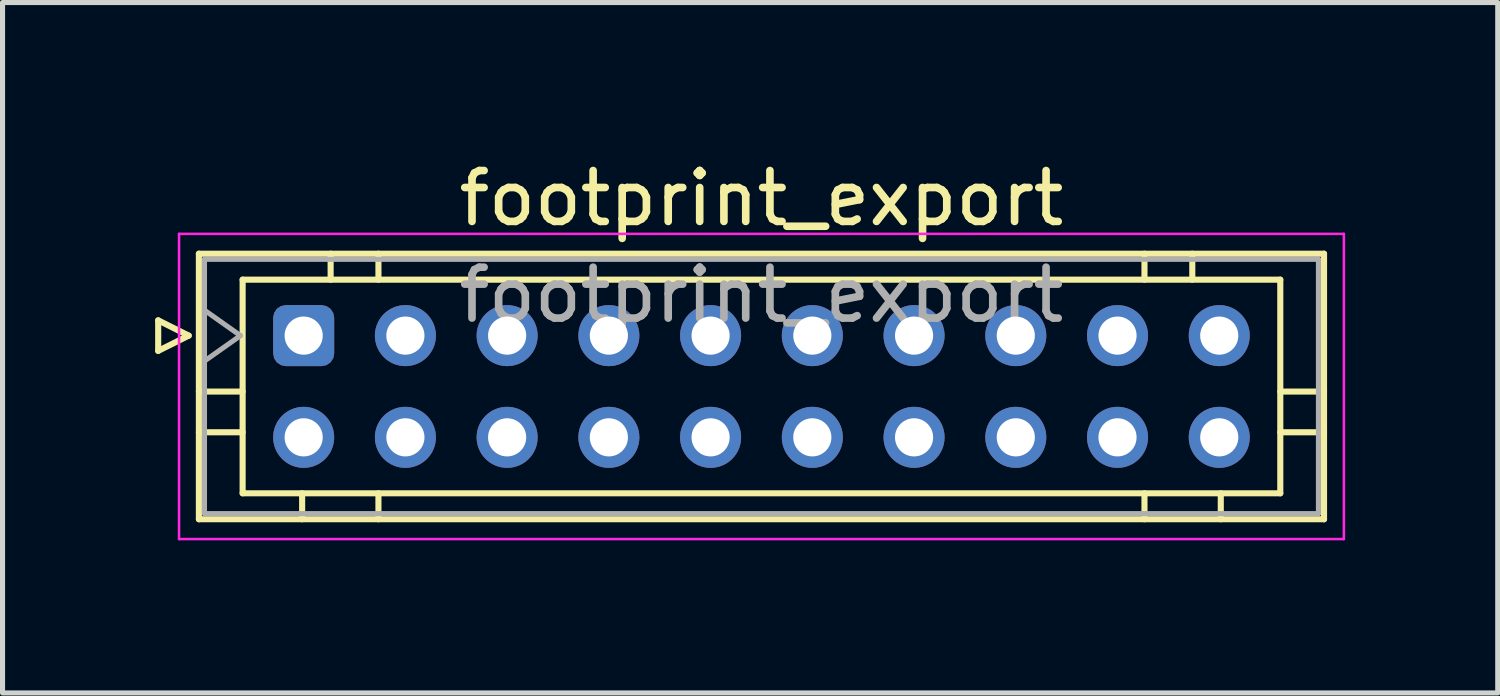
<source format=kicad_pcb>
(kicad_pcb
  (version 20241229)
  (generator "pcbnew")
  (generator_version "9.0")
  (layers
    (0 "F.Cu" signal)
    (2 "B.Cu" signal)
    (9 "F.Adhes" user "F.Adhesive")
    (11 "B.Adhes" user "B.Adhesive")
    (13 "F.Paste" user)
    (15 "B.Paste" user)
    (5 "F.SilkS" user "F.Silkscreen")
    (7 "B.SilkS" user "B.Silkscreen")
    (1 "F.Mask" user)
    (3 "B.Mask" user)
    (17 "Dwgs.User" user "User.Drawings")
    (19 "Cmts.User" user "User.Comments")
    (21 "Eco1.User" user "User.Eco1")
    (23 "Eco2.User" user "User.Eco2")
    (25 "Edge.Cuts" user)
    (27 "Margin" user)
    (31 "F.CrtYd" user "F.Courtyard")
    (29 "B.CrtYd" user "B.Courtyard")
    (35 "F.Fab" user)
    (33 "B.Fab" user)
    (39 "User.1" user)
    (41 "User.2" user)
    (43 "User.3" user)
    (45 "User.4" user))
  (footprint "footprint_export"
    (layer "F.Cu")
    (at 2.92 3.548)
    (property "Reference" "footprint_export" (at 9 -2.7 0) (layer "F.SilkS") (effects (font (size 1 1) (thickness 0.15))))
    (attr through_hole)
    (fp_line (start -2.86 -0.3) (end -2.26 0) (stroke (width 0.12) (type solid)) (layer "F.SilkS"))
    (fp_line (start -2.86 0.3) (end -2.86 -0.3) (stroke (width 0.12) (type solid)) (layer "F.SilkS"))
    (fp_line (start -2.26 0) (end -2.86 0.3) (stroke (width 0.12) (type solid)) (layer "F.SilkS"))
    (fp_line (start -2.06 -1.61) (end -2.06 3.61) (stroke (width 0.12) (type solid)) (layer "F.SilkS"))
    (fp_line (start -2.06 1.1) (end -1.2 1.1) (stroke (width 0.12) (type solid)) (layer "F.SilkS"))
    (fp_line (start -2.06 1.9) (end -1.2 1.9) (stroke (width 0.12) (type solid)) (layer "F.SilkS"))
    (fp_line (start -2.06 3.61) (end 20.06 3.61) (stroke (width 0.12) (type solid)) (layer "F.SilkS"))
    (fp_line (start -1.2 -1.1) (end -1.2 3.1) (stroke (width 0.12) (type solid)) (layer "F.SilkS"))
    (fp_line (start -1.2 3.1) (end 19.2 3.1) (stroke (width 0.12) (type solid)) (layer "F.SilkS"))
    (fp_line (start -0.03 3.61) (end -0.03 3.1) (stroke (width 0.12) (type solid)) (layer "F.SilkS"))
    (fp_line (start 0.53 -1.61) (end 0.53 -1.1) (stroke (width 0.12) (type solid)) (layer "F.SilkS"))
    (fp_line (start 1.47 -1.61) (end 1.47 -1.1) (stroke (width 0.12) (type solid)) (layer "F.SilkS"))
    (fp_line (start 1.47 3.61) (end 1.47 3.1) (stroke (width 0.12) (type solid)) (layer "F.SilkS"))
    (fp_line (start 16.53 -1.61) (end 16.53 -1.1) (stroke (width 0.12) (type solid)) (layer "F.SilkS"))
    (fp_line (start 16.53 3.61) (end 16.53 3.1) (stroke (width 0.12) (type solid)) (layer "F.SilkS"))
    (fp_line (start 17.47 -1.61) (end 17.47 -1.1) (stroke (width 0.12) (type solid)) (layer "F.SilkS"))
    (fp_line (start 18.03 3.61) (end 18.03 3.1) (stroke (width 0.12) (type solid)) (layer "F.SilkS"))
    (fp_line (start 19.2 -1.1) (end -1.2 -1.1) (stroke (width 0.12) (type solid)) (layer "F.SilkS"))
    (fp_line (start 19.2 3.1) (end 19.2 -1.1) (stroke (width 0.12) (type solid)) (layer "F.SilkS"))
    (fp_line (start 20.06 -1.61) (end -2.06 -1.61) (stroke (width 0.12) (type solid)) (layer "F.SilkS"))
    (fp_line (start 20.06 1.1) (end 19.2 1.1) (stroke (width 0.12) (type solid)) (layer "F.SilkS"))
    (fp_line (start 20.06 1.9) (end 19.2 1.9) (stroke (width 0.12) (type solid)) (layer "F.SilkS"))
    (fp_line (start 20.06 3.61) (end 20.06 -1.61) (stroke (width 0.12) (type solid)) (layer "F.SilkS"))
    (fp_line (start -2.45 -2) (end -2.45 4) (stroke (width 0.05) (type solid)) (layer "F.CrtYd"))
    (fp_line (start -2.45 4) (end 20.45 4) (stroke (width 0.05) (type solid)) (layer "F.CrtYd"))
    (fp_line (start 20.45 -2) (end -2.45 -2) (stroke (width 0.05) (type solid)) (layer "F.CrtYd"))
    (fp_line (start 20.45 4) (end 20.45 -2) (stroke (width 0.05) (type solid)) (layer "F.CrtYd"))
    (fp_line (start -1.95 -1.5) (end -1.95 3.5) (stroke (width 0.1) (type solid)) (layer "F.Fab"))
    (fp_line (start -1.95 0.5) (end -1.243 0) (stroke (width 0.1) (type solid)) (layer "F.Fab"))
    (fp_line (start -1.95 3.5) (end 19.95 3.5) (stroke (width 0.1) (type solid)) (layer "F.Fab"))
    (fp_line (start -1.243 0) (end -1.95 -0.5) (stroke (width 0.1) (type solid)) (layer "F.Fab"))
    (fp_line (start 19.95 -1.5) (end -1.95 -1.5) (stroke (width 0.1) (type solid)) (layer "F.Fab"))
    (fp_line (start 19.95 3.5) (end 19.95 -1.5) (stroke (width 0.1) (type solid)) (layer "F.Fab"))
    (fp_text user "${REFERENCE}" (at 9 -0.8 0) (layer "F.Fab") (effects (font (size 1 1) (thickness 0.15))))
    (pad "1" thru_hole roundrect (at 0 0) (size 1.2 1.2) (drill 0.75) (layers "*.Cu" "*.Mask") (roundrect_rratio 0.208))
    (pad "2" thru_hole circle (at 0 2) (size 1.2 1.2) (drill 0.75) (layers "*.Cu" "*.Mask"))
    (pad "3" thru_hole circle (at 2 0) (size 1.2 1.2) (drill 0.75) (layers "*.Cu" "*.Mask"))
    (pad "4" thru_hole circle (at 2 2) (size 1.2 1.2) (drill 0.75) (layers "*.Cu" "*.Mask"))
    (pad "5" thru_hole circle (at 4 0) (size 1.2 1.2) (drill 0.75) (layers "*.Cu" "*.Mask"))
    (pad "6" thru_hole circle (at 4 2) (size 1.2 1.2) (drill 0.75) (layers "*.Cu" "*.Mask"))
    (pad "7" thru_hole circle (at 6 0) (size 1.2 1.2) (drill 0.75) (layers "*.Cu" "*.Mask"))
    (pad "8" thru_hole circle (at 6 2) (size 1.2 1.2) (drill 0.75) (layers "*.Cu" "*.Mask"))
    (pad "9" thru_hole circle (at 8 0) (size 1.2 1.2) (drill 0.75) (layers "*.Cu" "*.Mask"))
    (pad "10" thru_hole circle (at 8 2) (size 1.2 1.2) (drill 0.75) (layers "*.Cu" "*.Mask"))
    (pad "11" thru_hole circle (at 10 0) (size 1.2 1.2) (drill 0.75) (layers "*.Cu" "*.Mask"))
    (pad "12" thru_hole circle (at 10 2) (size 1.2 1.2) (drill 0.75) (layers "*.Cu" "*.Mask"))
    (pad "13" thru_hole circle (at 12 0) (size 1.2 1.2) (drill 0.75) (layers "*.Cu" "*.Mask"))
    (pad "14" thru_hole circle (at 12 2) (size 1.2 1.2) (drill 0.75) (layers "*.Cu" "*.Mask"))
    (pad "15" thru_hole circle (at 14 0) (size 1.2 1.2) (drill 0.75) (layers "*.Cu" "*.Mask"))
    (pad "16" thru_hole circle (at 14 2) (size 1.2 1.2) (drill 0.75) (layers "*.Cu" "*.Mask"))
    (pad "17" thru_hole circle (at 16 0) (size 1.2 1.2) (drill 0.75) (layers "*.Cu" "*.Mask"))
    (pad "18" thru_hole circle (at 16 2) (size 1.2 1.2) (drill 0.75) (layers "*.Cu" "*.Mask"))
    (pad "19" thru_hole circle (at 18 0) (size 1.2 1.2) (drill 0.75) (layers "*.Cu" "*.Mask"))
    (pad "20" thru_hole circle (at 18 2) (size 1.2 1.2) (drill 0.75) (layers "*.Cu" "*.Mask")))
  (gr_rect
    (start -3 -3)
    (end 26.395 10.573)
    (stroke (width 0.1) (type default))
    (fill no)
    (layer "Edge.Cuts")))
</source>
